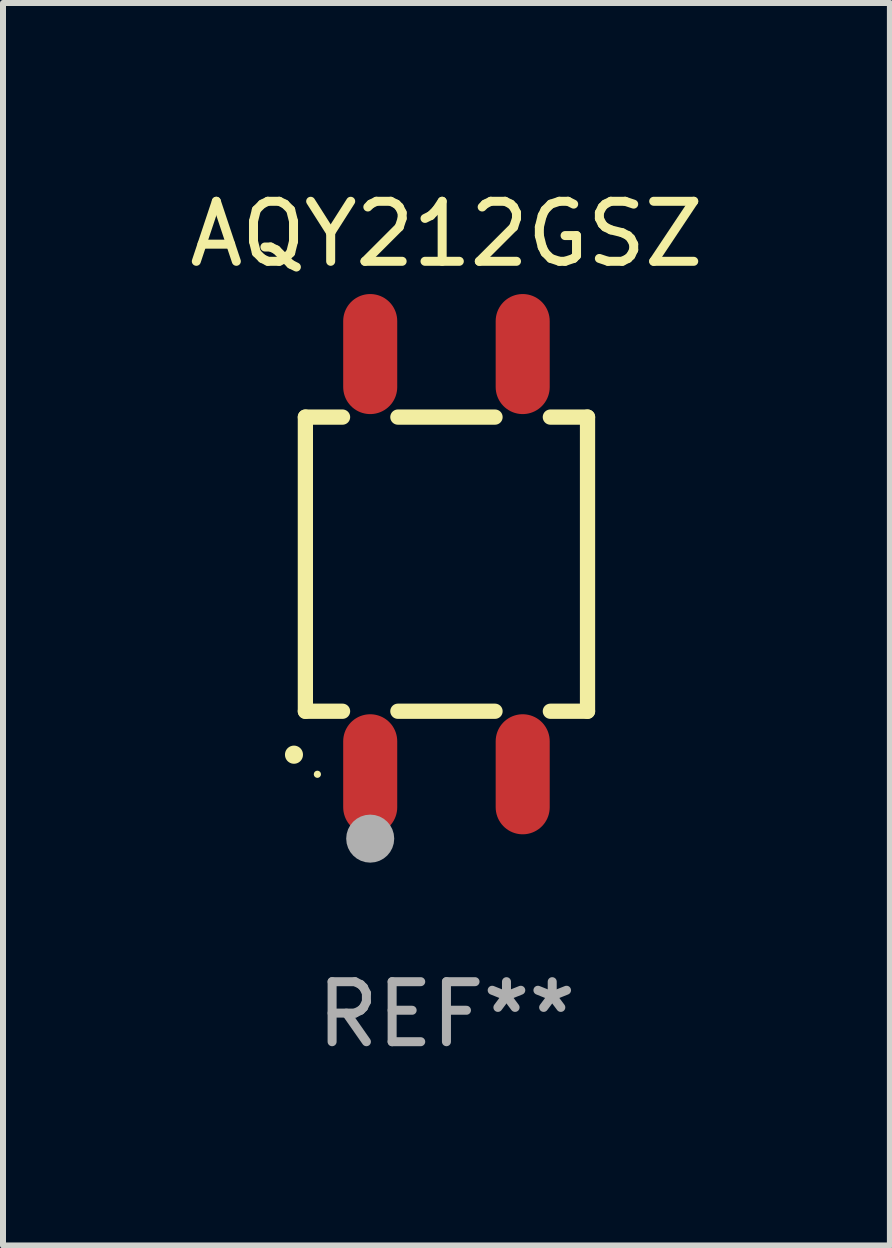
<source format=kicad_pcb>
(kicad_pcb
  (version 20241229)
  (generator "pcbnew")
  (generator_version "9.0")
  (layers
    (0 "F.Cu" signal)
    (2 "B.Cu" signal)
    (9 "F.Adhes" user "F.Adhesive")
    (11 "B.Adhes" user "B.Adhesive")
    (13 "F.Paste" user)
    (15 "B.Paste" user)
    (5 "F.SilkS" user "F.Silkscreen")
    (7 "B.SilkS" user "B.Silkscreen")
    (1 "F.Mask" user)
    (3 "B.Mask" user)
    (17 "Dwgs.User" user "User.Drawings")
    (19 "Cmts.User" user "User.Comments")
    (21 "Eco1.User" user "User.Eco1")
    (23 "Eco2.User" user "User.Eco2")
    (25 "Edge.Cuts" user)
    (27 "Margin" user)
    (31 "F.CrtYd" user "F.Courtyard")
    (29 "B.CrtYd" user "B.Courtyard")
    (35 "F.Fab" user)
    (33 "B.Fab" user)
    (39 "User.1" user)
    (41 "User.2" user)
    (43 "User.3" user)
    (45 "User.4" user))
  (footprint "AQY212GSZ"
    (layer "F.Cu")
    (at 4.387 6.348)
    (property "Reference" "AQY212GSZ" (at 0 -5.5 0) (layer "F.SilkS") (effects (font (size 1 1) (thickness 0.15))))
    (attr through_hole)
    (fp_line (start -2.35 -2.45) (end -2.35 2.45) (stroke (width 0.254) (type solid)) (layer "F.SilkS"))
    (fp_line (start -2.35 -2.45) (end -1.731 -2.45) (stroke (width 0.254) (type solid)) (layer "F.SilkS"))
    (fp_line (start -2.35 2.45) (end -1.731 2.45) (stroke (width 0.254) (type solid)) (layer "F.SilkS"))
    (fp_line (start -0.809 -2.45) (end 0.809 -2.45) (stroke (width 0.254) (type solid)) (layer "F.SilkS"))
    (fp_line (start -0.809 2.45) (end 0.809 2.45) (stroke (width 0.254) (type solid)) (layer "F.SilkS"))
    (fp_line (start 1.731 -2.45) (end 2.35 -2.45) (stroke (width 0.254) (type solid)) (layer "F.SilkS"))
    (fp_line (start 1.731 2.45) (end 2.35 2.45) (stroke (width 0.254) (type solid)) (layer "F.SilkS"))
    (fp_line (start 2.35 -2.45) (end 2.35 2.45) (stroke (width 0.254) (type solid)) (layer "F.SilkS"))
    (fp_arc (start -2.540005 3.174879) (mid -2.54001 3.173609) (end -2.540005 3.172339) (stroke (width 0.3) (type solid)) (layer "F.SilkS"))
    (fp_circle (center -2.15 3.5) (end -2.12 3.5) (stroke (width 0.06) (type solid)) (fill no) (layer "F.SilkS"))
    (fp_circle (center -1.27 4.572) (end -1.07 4.572) (stroke (width 0.4) (type solid)) (fill no) (layer "F.Fab"))
    (fp_text user "REF**" (at 0 7.5 0) (layer "F.Fab") (effects (font (size 1 1) (thickness 0.15))))
    (pad "1" smd oval (at -1.27 3.5 180) (size 0.9 2) (layers "F.Cu" "F.Mask" "F.Paste"))
    (pad "2" smd oval (at 1.27 3.5 180) (size 0.9 2) (layers "F.Cu" "F.Mask" "F.Paste"))
    (pad "3" smd oval (at 1.27 -3.5 180) (size 0.9 2) (layers "F.Cu" "F.Mask" "F.Paste"))
    (pad "4" smd oval (at -1.27 -3.5 180) (size 0.9 2) (layers "F.Cu" "F.Mask" "F.Paste")))
  (gr_rect
    (start -3 -3)
    (end 11.774 17.697)
    (stroke (width 0.1) (type default))
    (fill no)
    (layer "Edge.Cuts")))
</source>
